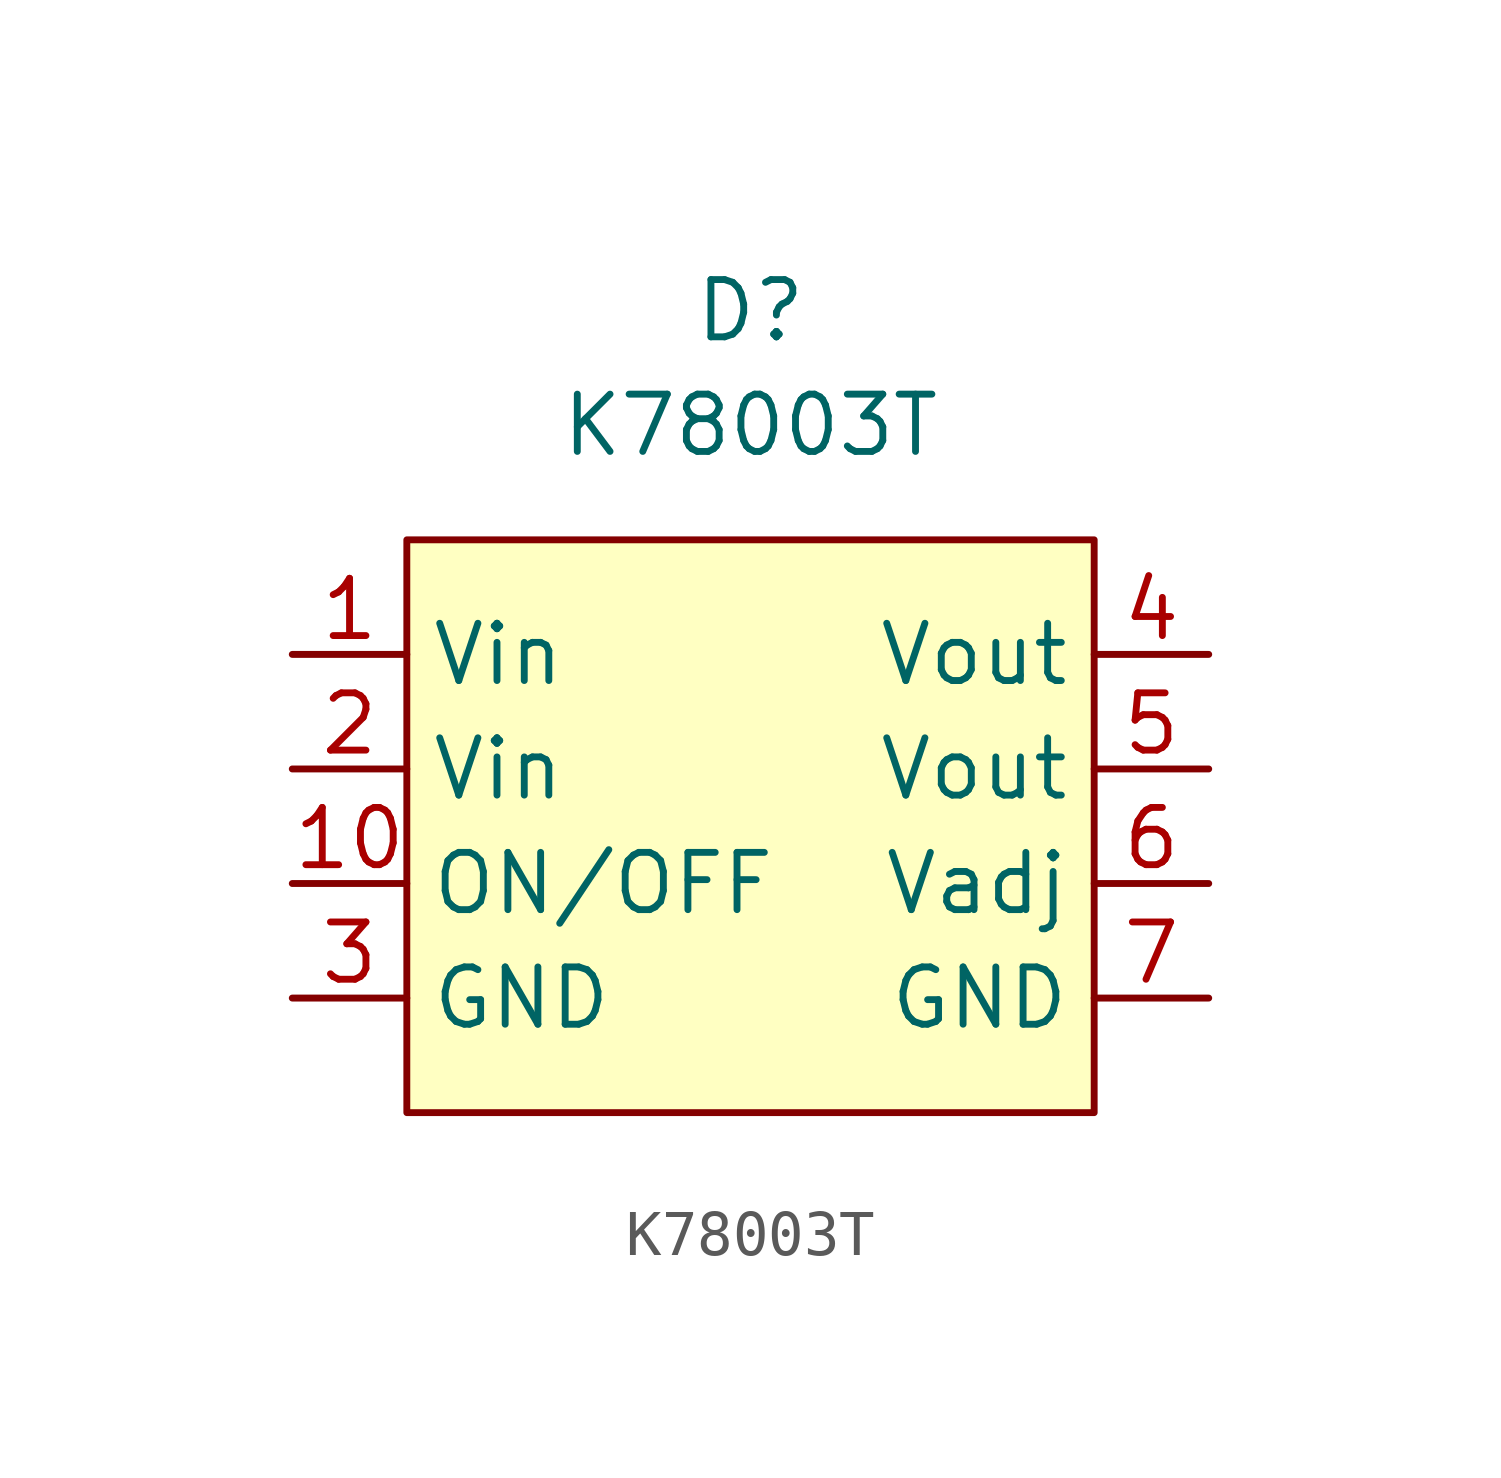
<source format=kicad_sym>
(kicad_symbol_lib
  (version 20211014)
  (generator kicad_symbol_editor)
  (symbol "K78003T"
    (property "Reference" "D"
      (at 0 7.62 0)
      (effects (font (size 1.27 1.27))))
    (property "Value" "K78003T"
      (at 0 5.08 0)
      (effects (font (size 1.27 1.27))))
    (symbol "K78003T_0_1"
      (rectangle (start -7.62 2.54) (end 7.62 -10.16) (stroke (width 0) (type default) (color 0 0 0 0)) (fill (type background))))
    (symbol "K78003T_1_1"
      (pin input line (at -10.16 0 0) (length 2.54) (name "Vin" (effects (font (size 1.27 1.27)))) (number "1" (effects (font (size 1.27 1.27)))))
      (pin input line (at -10.16 -5.08 0) (length 2.54) (name "ON/OFF" (effects (font (size 1.27 1.27)))) (number "10" (effects (font (size 1.27 1.27)))))
      (pin input line (at -10.16 -2.54 0) (length 2.54) (name "Vin" (effects (font (size 1.27 1.27)))) (number "2" (effects (font (size 1.27 1.27)))))
      (pin input line (at -10.16 -7.62 0) (length 2.54) (name "GND" (effects (font (size 1.27 1.27)))) (number "3" (effects (font (size 1.27 1.27)))))
      (pin input line (at 10.16 0 180) (length 2.54) (name "Vout" (effects (font (size 1.27 1.27)))) (number "4" (effects (font (size 1.27 1.27)))))
      (pin input line (at 10.16 -2.54 180) (length 2.54) (name "Vout" (effects (font (size 1.27 1.27)))) (number "5" (effects (font (size 1.27 1.27)))))
      (pin input line (at 10.16 -5.08 180) (length 2.54) (name "Vadj" (effects (font (size 1.27 1.27)))) (number "6" (effects (font (size 1.27 1.27)))))
      (pin input line (at 10.16 -7.62 180) (length 2.54) (name "GND" (effects (font (size 1.27 1.27)))) (number "7" (effects (font (size 1.27 1.27))))))))
</source>
